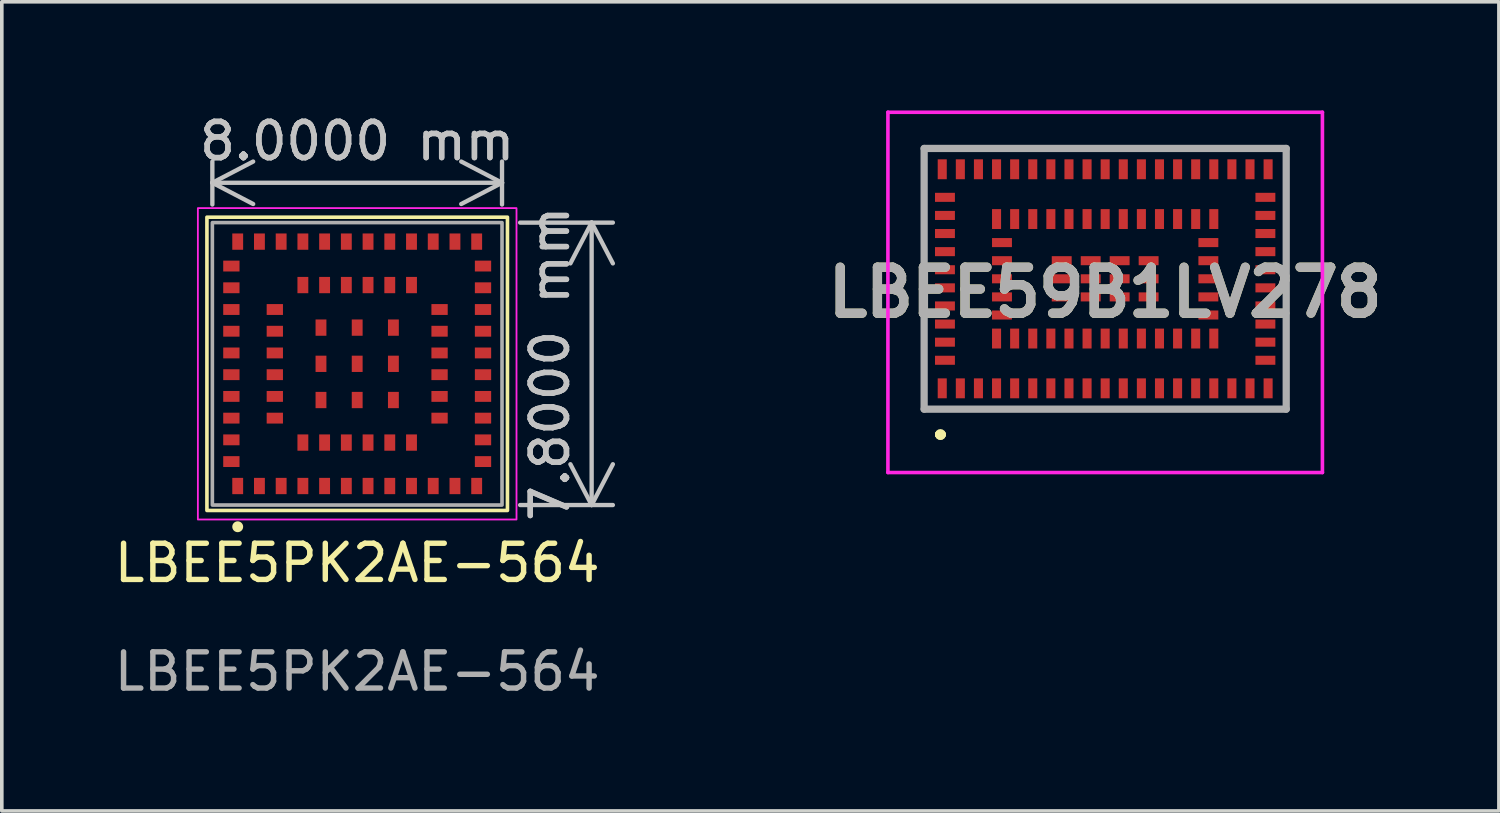
<source format=kicad_pcb>
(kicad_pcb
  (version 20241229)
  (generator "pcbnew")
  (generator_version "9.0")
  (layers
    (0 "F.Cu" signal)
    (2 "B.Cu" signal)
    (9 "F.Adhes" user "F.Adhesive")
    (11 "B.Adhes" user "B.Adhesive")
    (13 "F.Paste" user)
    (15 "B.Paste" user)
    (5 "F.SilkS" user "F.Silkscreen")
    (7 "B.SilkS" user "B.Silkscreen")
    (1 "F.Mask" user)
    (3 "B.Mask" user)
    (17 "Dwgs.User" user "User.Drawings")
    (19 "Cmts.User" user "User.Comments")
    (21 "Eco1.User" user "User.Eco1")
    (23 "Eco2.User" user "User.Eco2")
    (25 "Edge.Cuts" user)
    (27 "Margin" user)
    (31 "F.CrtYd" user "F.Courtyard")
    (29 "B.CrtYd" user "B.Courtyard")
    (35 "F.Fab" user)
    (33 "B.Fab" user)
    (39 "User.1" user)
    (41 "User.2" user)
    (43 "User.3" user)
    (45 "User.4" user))
  (footprint "LBEE5PK2AE-564"
    (layer "F.Cu")
    (at 6.815 6.998)
    (property "Reference" "LBEE5PK2AE-564" (at 0 5.5 0) (unlocked yes) (layer "F.SilkS") (effects (font (size 1 1) (thickness 0.15))))
    (attr smd)
    (fp_rect (start -4.15 -4.05) (end 4.15 4.05) (stroke (width 0.1) (type default)) (fill no) (layer "F.SilkS"))
    (fp_circle (center -3.3 4.5) (end -3.15 4.5) (stroke (width 0) (type solid)) (fill yes) (layer "F.SilkS"))
    (fp_rect (start -4.4 -4.3) (end 4.4 4.3) (stroke (width 0.05) (type default)) (fill no) (layer "F.CrtYd"))
    (fp_rect (start -4 -3.9) (end 4 3.9) (stroke (width 0.1) (type default)) (fill no) (layer "F.Fab"))
    (fp_text user "${REFERENCE}" (at 0 8.5 0) (unlocked yes) (layer "F.Fab") (effects (font (size 1 1) (thickness 0.15))))
    (dimension (type aligned) (layer "Dwgs.User") (pts (xy 10.815 3.098) (xy 10.815 10.898)) (height -2.475) (format (prefix "") (suffix "") (units 3) (units_format 1) (precision 4)) (style (thickness 0.12) (arrow_length 1.27) (text_position_mode 0) (arrow_direction outward) (extension_height 0.586) (extension_offset 0.5) (keep_text_aligned yes)) (gr_text "7.8000 mm" (at 12.14 6.998 90) (layer "Dwgs.User") (effects (font (size 1 1) (thickness 0.15)))))
    (dimension (type aligned) (layer "Dwgs.User") (pts (xy 2.815 3.098) (xy 10.815 3.098)) (height -1.1) (format (prefix "") (suffix "") (units 3) (units_format 1) (precision 4)) (style (thickness 0.12) (arrow_length 1.27) (text_position_mode 0) (arrow_direction outward) (extension_height 0.586) (extension_offset 0.5) (keep_text_aligned yes)) (gr_text "8.0000 mm" (at 6.815 0.848 0) (layer "Dwgs.User") (effects (font (size 1 1) (thickness 0.15)))))
    (pad "1" smd rect (at -3.3 3.375 180) (size 0.3 0.45) (layers "F.Cu" "F.Mask" "F.Paste"))
    (pad "2" smd rect (at -2.7 3.375 180) (size 0.3 0.45) (layers "F.Cu" "F.Mask" "F.Paste"))
    (pad "3" smd rect (at -2.1 3.375 180) (size 0.3 0.45) (layers "F.Cu" "F.Mask" "F.Paste"))
    (pad "4" smd rect (at -1.5 3.375 180) (size 0.3 0.45) (layers "F.Cu" "F.Mask" "F.Paste"))
    (pad "5" smd rect (at -0.9 3.375 180) (size 0.3 0.45) (layers "F.Cu" "F.Mask" "F.Paste"))
    (pad "6" smd rect (at -0.3 3.375 180) (size 0.3 0.45) (layers "F.Cu" "F.Mask" "F.Paste"))
    (pad "7" smd rect (at 0.3 3.375 180) (size 0.3 0.45) (layers "F.Cu" "F.Mask" "F.Paste"))
    (pad "8" smd rect (at 0.9 3.375 180) (size 0.3 0.45) (layers "F.Cu" "F.Mask" "F.Paste"))
    (pad "9" smd rect (at 1.5 3.375 180) (size 0.3 0.45) (layers "F.Cu" "F.Mask" "F.Paste"))
    (pad "10" smd rect (at 2.1 3.375 180) (size 0.3 0.45) (layers "F.Cu" "F.Mask" "F.Paste"))
    (pad "11" smd rect (at 2.7 3.375 180) (size 0.3 0.45) (layers "F.Cu" "F.Mask" "F.Paste"))
    (pad "12" smd rect (at 3.3 3.375 180) (size 0.3 0.45) (layers "F.Cu" "F.Mask" "F.Paste"))
    (pad "13" smd rect (at 3.475 2.7 270) (size 0.3 0.45) (layers "F.Cu" "F.Mask" "F.Paste"))
    (pad "14" smd rect (at 3.475 2.1 270) (size 0.3 0.45) (layers "F.Cu" "F.Mask" "F.Paste"))
    (pad "15" smd rect (at 3.475 1.5 270) (size 0.3 0.45) (layers "F.Cu" "F.Mask" "F.Paste"))
    (pad "16" smd rect (at 3.475 0.9 270) (size 0.3 0.45) (layers "F.Cu" "F.Mask" "F.Paste"))
    (pad "17" smd rect (at 3.475 0.3 270) (size 0.3 0.45) (layers "F.Cu" "F.Mask" "F.Paste"))
    (pad "18" smd rect (at 3.475 -0.3 270) (size 0.3 0.45) (layers "F.Cu" "F.Mask" "F.Paste"))
    (pad "19" smd rect (at 3.475 -0.9 270) (size 0.3 0.45) (layers "F.Cu" "F.Mask" "F.Paste"))
    (pad "20" smd rect (at 3.475 -1.5 270) (size 0.3 0.45) (layers "F.Cu" "F.Mask" "F.Paste"))
    (pad "21" smd rect (at 3.475 -2.1 270) (size 0.3 0.45) (layers "F.Cu" "F.Mask" "F.Paste"))
    (pad "22" smd rect (at 3.475 -2.7 270) (size 0.3 0.45) (layers "F.Cu" "F.Mask" "F.Paste"))
    (pad "23" smd rect (at 3.3 -3.375 180) (size 0.3 0.45) (layers "F.Cu" "F.Mask" "F.Paste"))
    (pad "24" smd rect (at 2.7 -3.375 180) (size 0.3 0.45) (layers "F.Cu" "F.Mask" "F.Paste"))
    (pad "25" smd rect (at 2.1 -3.375 180) (size 0.3 0.45) (layers "F.Cu" "F.Mask" "F.Paste"))
    (pad "26" smd rect (at 1.5 -3.375 180) (size 0.3 0.45) (layers "F.Cu" "F.Mask" "F.Paste"))
    (pad "27" smd rect (at 0.9 -3.375 180) (size 0.3 0.45) (layers "F.Cu" "F.Mask" "F.Paste"))
    (pad "28" smd rect (at 0.3 -3.375 180) (size 0.3 0.45) (layers "F.Cu" "F.Mask" "F.Paste"))
    (pad "29" smd rect (at -0.3 -3.375 180) (size 0.3 0.45) (layers "F.Cu" "F.Mask" "F.Paste"))
    (pad "30" smd rect (at -0.9 -3.375 180) (size 0.3 0.45) (layers "F.Cu" "F.Mask" "F.Paste"))
    (pad "31" smd rect (at -1.5 -3.375 180) (size 0.3 0.45) (layers "F.Cu" "F.Mask" "F.Paste"))
    (pad "32" smd rect (at -2.1 -3.375 180) (size 0.3 0.45) (layers "F.Cu" "F.Mask" "F.Paste"))
    (pad "33" smd rect (at -2.7 -3.375 180) (size 0.3 0.45) (layers "F.Cu" "F.Mask" "F.Paste"))
    (pad "34" smd rect (at -3.3 -3.375 180) (size 0.3 0.45) (layers "F.Cu" "F.Mask" "F.Paste"))
    (pad "35" smd rect (at -3.475 -2.7 270) (size 0.3 0.45) (layers "F.Cu" "F.Mask" "F.Paste"))
    (pad "36" smd rect (at -3.475 -2.1 270) (size 0.3 0.45) (layers "F.Cu" "F.Mask" "F.Paste"))
    (pad "37" smd rect (at -3.475 -1.5 270) (size 0.3 0.45) (layers "F.Cu" "F.Mask" "F.Paste"))
    (pad "38" smd rect (at -3.475 -0.9 270) (size 0.3 0.45) (layers "F.Cu" "F.Mask" "F.Paste"))
    (pad "39" smd rect (at -3.475 -0.3 270) (size 0.3 0.45) (layers "F.Cu" "F.Mask" "F.Paste"))
    (pad "40" smd rect (at -3.475 0.3 270) (size 0.3 0.45) (layers "F.Cu" "F.Mask" "F.Paste"))
    (pad "41" smd rect (at -3.475 0.9 270) (size 0.3 0.45) (layers "F.Cu" "F.Mask" "F.Paste"))
    (pad "42" smd rect (at -3.475 1.5 270) (size 0.3 0.45) (layers "F.Cu" "F.Mask" "F.Paste"))
    (pad "43" smd rect (at -3.475 2.1 270) (size 0.3 0.45) (layers "F.Cu" "F.Mask" "F.Paste"))
    (pad "44" smd rect (at -3.475 2.7 270) (size 0.3 0.45) (layers "F.Cu" "F.Mask" "F.Paste"))
    (pad "45" smd rect (at -1.5 2.175 180) (size 0.3 0.45) (layers "F.Cu" "F.Mask" "F.Paste"))
    (pad "46" smd rect (at -0.9 2.175 180) (size 0.3 0.45) (layers "F.Cu" "F.Mask" "F.Paste"))
    (pad "47" smd rect (at -0.3 2.175 180) (size 0.3 0.45) (layers "F.Cu" "F.Mask" "F.Paste"))
    (pad "48" smd rect (at 0.3 2.175 180) (size 0.3 0.45) (layers "F.Cu" "F.Mask" "F.Paste"))
    (pad "49" smd rect (at 0.9 2.175 180) (size 0.3 0.45) (layers "F.Cu" "F.Mask" "F.Paste"))
    (pad "50" smd rect (at 1.5 2.175 180) (size 0.3 0.45) (layers "F.Cu" "F.Mask" "F.Paste"))
    (pad "51" smd rect (at 2.275 1.5 270) (size 0.3 0.45) (layers "F.Cu" "F.Mask" "F.Paste"))
    (pad "52" smd rect (at 2.275 0.9 270) (size 0.3 0.45) (layers "F.Cu" "F.Mask" "F.Paste"))
    (pad "53" smd rect (at 2.275 0.3 270) (size 0.3 0.45) (layers "F.Cu" "F.Mask" "F.Paste"))
    (pad "54" smd rect (at 2.275 -0.3 270) (size 0.3 0.45) (layers "F.Cu" "F.Mask" "F.Paste"))
    (pad "55" smd rect (at 2.275 -0.9 270) (size 0.3 0.45) (layers "F.Cu" "F.Mask" "F.Paste"))
    (pad "56" smd rect (at 2.275 -1.5 270) (size 0.3 0.45) (layers "F.Cu" "F.Mask" "F.Paste"))
    (pad "57" smd rect (at 1.5 -2.175 180) (size 0.3 0.45) (layers "F.Cu" "F.Mask" "F.Paste"))
    (pad "58" smd rect (at 0.9 -2.175 180) (size 0.3 0.45) (layers "F.Cu" "F.Mask" "F.Paste"))
    (pad "59" smd rect (at 0.3 -2.175 180) (size 0.3 0.45) (layers "F.Cu" "F.Mask" "F.Paste"))
    (pad "60" smd rect (at -0.3 -2.175 180) (size 0.3 0.45) (layers "F.Cu" "F.Mask" "F.Paste"))
    (pad "61" smd rect (at -0.9 -2.175 180) (size 0.3 0.45) (layers "F.Cu" "F.Mask" "F.Paste"))
    (pad "62" smd rect (at -1.5 -2.175 180) (size 0.3 0.45) (layers "F.Cu" "F.Mask" "F.Paste"))
    (pad "63" smd rect (at -2.275 -1.5 270) (size 0.3 0.45) (layers "F.Cu" "F.Mask" "F.Paste"))
    (pad "64" smd rect (at -2.275 -0.9 270) (size 0.3 0.45) (layers "F.Cu" "F.Mask" "F.Paste"))
    (pad "65" smd rect (at -2.275 -0.3 270) (size 0.3 0.45) (layers "F.Cu" "F.Mask" "F.Paste"))
    (pad "66" smd rect (at -2.275 0.3 270) (size 0.3 0.45) (layers "F.Cu" "F.Mask" "F.Paste"))
    (pad "67" smd rect (at -2.275 0.9 270) (size 0.3 0.45) (layers "F.Cu" "F.Mask" "F.Paste"))
    (pad "68" smd rect (at -2.275 1.5 270) (size 0.3 0.45) (layers "F.Cu" "F.Mask" "F.Paste"))
    (pad "69" smd rect (at -1 1 180) (size 0.3 0.45) (layers "F.Cu" "F.Mask" "F.Paste"))
    (pad "70" smd rect (at 0 1 180) (size 0.3 0.45) (layers "F.Cu" "F.Mask" "F.Paste"))
    (pad "71" smd rect (at 1 1 180) (size 0.3 0.45) (layers "F.Cu" "F.Mask" "F.Paste"))
    (pad "72" smd rect (at 1 0 180) (size 0.3 0.45) (layers "F.Cu" "F.Mask" "F.Paste"))
    (pad "73" smd rect (at 1 -1 180) (size 0.3 0.45) (layers "F.Cu" "F.Mask" "F.Paste"))
    (pad "74" smd rect (at 0 -1 180) (size 0.3 0.45) (layers "F.Cu" "F.Mask" "F.Paste"))
    (pad "75" smd rect (at -1 -1 180) (size 0.3 0.45) (layers "F.Cu" "F.Mask" "F.Paste"))
    (pad "76" smd rect (at -1 0 180) (size 0.3 0.45) (layers "F.Cu" "F.Mask" "F.Paste"))
    (pad "77" smd rect (at 0 0 180) (size 0.3 0.45) (layers "F.Cu" "F.Mask" "F.Paste")))
  (footprint "LBEE59B1LV278"
    (layer "F.Cu")
    (at 27.473 4.65)
    (property "Reference" "LBEE59B1LV278" (at 0 0.375 0) (layer "F.SilkS") (effects (font (size 1.27 1.27) (thickness 0.254))))
    (attr smd)
    (fp_line (start -4.6 4.3) (end -4.6 4.3) (stroke (width 0.2) (type solid)) (layer "F.SilkS"))
    (fp_line (start -4.6 4.3) (end -4.6 4.3) (stroke (width 0.2) (type solid)) (layer "F.SilkS"))
    (fp_line (start -4.5 4.3) (end -4.5 4.3) (stroke (width 0.2) (type solid)) (layer "F.SilkS"))
    (fp_arc (start -4.6 4.3) (mid -4.55 4.25) (end -4.5 4.3) (stroke (width 0.2) (type solid)) (layer "F.SilkS"))
    (fp_arc (start -4.5 4.3) (mid -4.55 4.35) (end -4.6 4.3) (stroke (width 0.2) (type solid)) (layer "F.SilkS"))
    (fp_arc (start -4.5 4.3) (mid -4.55 4.35) (end -4.6 4.3) (stroke (width 0.2) (type solid)) (layer "F.SilkS"))
    (fp_line (start -6 -4.6) (end 6 -4.6) (stroke (width 0.1) (type solid)) (layer "F.CrtYd"))
    (fp_line (start -6 5.35) (end -6 -4.6) (stroke (width 0.1) (type solid)) (layer "F.CrtYd"))
    (fp_line (start 6 -4.6) (end 6 5.35) (stroke (width 0.1) (type solid)) (layer "F.CrtYd"))
    (fp_line (start 6 5.35) (end -6 5.35) (stroke (width 0.1) (type solid)) (layer "F.CrtYd"))
    (fp_line (start -5 -3.6) (end -5 3.6) (stroke (width 0.2) (type solid)) (layer "F.Fab"))
    (fp_line (start -5 3.6) (end 5 3.6) (stroke (width 0.2) (type solid)) (layer "F.Fab"))
    (fp_line (start 5 -3.6) (end -5 -3.6) (stroke (width 0.2) (type solid)) (layer "F.Fab"))
    (fp_line (start 5 3.6) (end 5 -3.6) (stroke (width 0.2) (type solid)) (layer "F.Fab"))
    (fp_text user "${REFERENCE}" (at 0 0.375 0) (layer "F.Fab") (effects (font (size 1.27 1.27) (thickness 0.254))))
    (pad "1" smd rect (at -4.5 3.025) (size 0.25 0.55) (layers "F.Cu" "F.Mask" "F.Paste"))
    (pad "2" smd rect (at -4 3.025) (size 0.25 0.55) (layers "F.Cu" "F.Mask" "F.Paste"))
    (pad "3" smd rect (at -3.5 3.025) (size 0.25 0.55) (layers "F.Cu" "F.Mask" "F.Paste"))
    (pad "4" smd rect (at -3 3.025) (size 0.25 0.55) (layers "F.Cu" "F.Mask" "F.Paste"))
    (pad "5" smd rect (at -2.5 3.025) (size 0.25 0.55) (layers "F.Cu" "F.Mask" "F.Paste"))
    (pad "6" smd rect (at -2 3.025) (size 0.25 0.55) (layers "F.Cu" "F.Mask" "F.Paste"))
    (pad "7" smd rect (at -1.5 3.025) (size 0.25 0.55) (layers "F.Cu" "F.Mask" "F.Paste"))
    (pad "8" smd rect (at -1 3.025) (size 0.25 0.55) (layers "F.Cu" "F.Mask" "F.Paste"))
    (pad "9" smd rect (at -0.5 3.025) (size 0.25 0.55) (layers "F.Cu" "F.Mask" "F.Paste"))
    (pad "10" smd rect (at 0 3.025) (size 0.25 0.55) (layers "F.Cu" "F.Mask" "F.Paste"))
    (pad "11" smd rect (at 0.5 3.025) (size 0.25 0.55) (layers "F.Cu" "F.Mask" "F.Paste"))
    (pad "12" smd rect (at 1 3.025) (size 0.25 0.55) (layers "F.Cu" "F.Mask" "F.Paste"))
    (pad "13" smd rect (at 1.5 3.025) (size 0.25 0.55) (layers "F.Cu" "F.Mask" "F.Paste"))
    (pad "14" smd rect (at 2 3.025) (size 0.25 0.55) (layers "F.Cu" "F.Mask" "F.Paste"))
    (pad "15" smd rect (at 2.5 3.025) (size 0.25 0.55) (layers "F.Cu" "F.Mask" "F.Paste"))
    (pad "16" smd rect (at 3 3.025) (size 0.25 0.55) (layers "F.Cu" "F.Mask" "F.Paste"))
    (pad "17" smd rect (at 3.5 3.025) (size 0.25 0.55) (layers "F.Cu" "F.Mask" "F.Paste"))
    (pad "18" smd rect (at 4 3.025) (size 0.25 0.55) (layers "F.Cu" "F.Mask" "F.Paste"))
    (pad "19" smd rect (at 4.5 3.025) (size 0.25 0.55) (layers "F.Cu" "F.Mask" "F.Paste"))
    (pad "20" smd rect (at 4.425 2.25 90) (size 0.25 0.55) (layers "F.Cu" "F.Mask" "F.Paste"))
    (pad "21" smd rect (at 4.425 1.75 90) (size 0.25 0.55) (layers "F.Cu" "F.Mask" "F.Paste"))
    (pad "22" smd rect (at 4.425 1.25 90) (size 0.25 0.55) (layers "F.Cu" "F.Mask" "F.Paste"))
    (pad "23" smd rect (at 4.425 0.75 90) (size 0.25 0.55) (layers "F.Cu" "F.Mask" "F.Paste"))
    (pad "24" smd rect (at 4.425 0.25 90) (size 0.25 0.55) (layers "F.Cu" "F.Mask" "F.Paste"))
    (pad "25" smd rect (at 4.425 -0.25 90) (size 0.25 0.55) (layers "F.Cu" "F.Mask" "F.Paste"))
    (pad "26" smd rect (at 4.425 -0.75 90) (size 0.25 0.55) (layers "F.Cu" "F.Mask" "F.Paste"))
    (pad "27" smd rect (at 4.425 -1.25 90) (size 0.25 0.55) (layers "F.Cu" "F.Mask" "F.Paste"))
    (pad "28" smd rect (at 4.425 -1.75 90) (size 0.25 0.55) (layers "F.Cu" "F.Mask" "F.Paste"))
    (pad "29" smd rect (at 4.425 -2.25 90) (size 0.25 0.55) (layers "F.Cu" "F.Mask" "F.Paste"))
    (pad "30" smd rect (at 4.5 -3.025) (size 0.25 0.55) (layers "F.Cu" "F.Mask" "F.Paste"))
    (pad "31" smd rect (at 4 -3.025) (size 0.25 0.55) (layers "F.Cu" "F.Mask" "F.Paste"))
    (pad "32" smd rect (at 3.5 -3.025) (size 0.25 0.55) (layers "F.Cu" "F.Mask" "F.Paste"))
    (pad "33" smd rect (at 3 -3.025) (size 0.25 0.55) (layers "F.Cu" "F.Mask" "F.Paste"))
    (pad "34" smd rect (at 2.5 -3.025) (size 0.25 0.55) (layers "F.Cu" "F.Mask" "F.Paste"))
    (pad "35" smd rect (at 2 -3.025) (size 0.25 0.55) (layers "F.Cu" "F.Mask" "F.Paste"))
    (pad "36" smd rect (at 1.5 -3.025) (size 0.25 0.55) (layers "F.Cu" "F.Mask" "F.Paste"))
    (pad "37" smd rect (at 1 -3.025) (size 0.25 0.55) (layers "F.Cu" "F.Mask" "F.Paste"))
    (pad "38" smd rect (at 0.5 -3.025) (size 0.25 0.55) (layers "F.Cu" "F.Mask" "F.Paste"))
    (pad "39" smd rect (at 0 -3.025) (size 0.25 0.55) (layers "F.Cu" "F.Mask" "F.Paste"))
    (pad "40" smd rect (at -0.5 -3.025) (size 0.25 0.55) (layers "F.Cu" "F.Mask" "F.Paste"))
    (pad "41" smd rect (at -1 -3.025) (size 0.25 0.55) (layers "F.Cu" "F.Mask" "F.Paste"))
    (pad "42" smd rect (at -1.5 -3.025) (size 0.25 0.55) (layers "F.Cu" "F.Mask" "F.Paste"))
    (pad "43" smd rect (at -2 -3.025) (size 0.25 0.55) (layers "F.Cu" "F.Mask" "F.Paste"))
    (pad "44" smd rect (at -2.5 -3.025) (size 0.25 0.55) (layers "F.Cu" "F.Mask" "F.Paste"))
    (pad "45" smd rect (at -3 -3.025) (size 0.25 0.55) (layers "F.Cu" "F.Mask" "F.Paste"))
    (pad "46" smd rect (at -3.5 -3.025) (size 0.25 0.55) (layers "F.Cu" "F.Mask" "F.Paste"))
    (pad "47" smd rect (at -4 -3.025) (size 0.25 0.55) (layers "F.Cu" "F.Mask" "F.Paste"))
    (pad "48" smd rect (at -4.5 -3.025) (size 0.25 0.55) (layers "F.Cu" "F.Mask" "F.Paste"))
    (pad "49" smd rect (at -4.425 -2.25 90) (size 0.25 0.55) (layers "F.Cu" "F.Mask" "F.Paste"))
    (pad "50" smd rect (at -4.425 -1.75 90) (size 0.25 0.55) (layers "F.Cu" "F.Mask" "F.Paste"))
    (pad "51" smd rect (at -4.425 -1.25 90) (size 0.25 0.55) (layers "F.Cu" "F.Mask" "F.Paste"))
    (pad "52" smd rect (at -4.425 -0.75 90) (size 0.25 0.55) (layers "F.Cu" "F.Mask" "F.Paste"))
    (pad "53" smd rect (at -4.425 -0.25 90) (size 0.25 0.55) (layers "F.Cu" "F.Mask" "F.Paste"))
    (pad "54" smd rect (at -4.425 0.25 90) (size 0.25 0.55) (layers "F.Cu" "F.Mask" "F.Paste"))
    (pad "55" smd rect (at -4.425 0.75 90) (size 0.25 0.55) (layers "F.Cu" "F.Mask" "F.Paste"))
    (pad "56" smd rect (at -4.425 1.25 90) (size 0.25 0.55) (layers "F.Cu" "F.Mask" "F.Paste"))
    (pad "57" smd rect (at -4.425 1.75 90) (size 0.25 0.55) (layers "F.Cu" "F.Mask" "F.Paste"))
    (pad "58" smd rect (at -4.425 2.25 90) (size 0.25 0.55) (layers "F.Cu" "F.Mask" "F.Paste"))
    (pad "59" smd rect (at -3 1.65) (size 0.25 0.55) (layers "F.Cu" "F.Mask" "F.Paste"))
    (pad "60" smd rect (at -2.5 1.65) (size 0.25 0.55) (layers "F.Cu" "F.Mask" "F.Paste"))
    (pad "61" smd rect (at -2 1.65) (size 0.25 0.55) (layers "F.Cu" "F.Mask" "F.Paste"))
    (pad "62" smd rect (at -1.5 1.65) (size 0.25 0.55) (layers "F.Cu" "F.Mask" "F.Paste"))
    (pad "63" smd rect (at -1 1.65) (size 0.25 0.55) (layers "F.Cu" "F.Mask" "F.Paste"))
    (pad "64" smd rect (at -0.5 1.65) (size 0.25 0.55) (layers "F.Cu" "F.Mask" "F.Paste"))
    (pad "65" smd rect (at 0 1.65) (size 0.25 0.55) (layers "F.Cu" "F.Mask" "F.Paste"))
    (pad "66" smd rect (at 0.5 1.65) (size 0.25 0.55) (layers "F.Cu" "F.Mask" "F.Paste"))
    (pad "67" smd rect (at 1 1.65) (size 0.25 0.55) (layers "F.Cu" "F.Mask" "F.Paste"))
    (pad "68" smd rect (at 1.5 1.65) (size 0.25 0.55) (layers "F.Cu" "F.Mask" "F.Paste"))
    (pad "69" smd rect (at 2 1.65) (size 0.25 0.55) (layers "F.Cu" "F.Mask" "F.Paste"))
    (pad "70" smd rect (at 2.5 1.65) (size 0.25 0.55) (layers "F.Cu" "F.Mask" "F.Paste"))
    (pad "71" smd rect (at 3 1.65) (size 0.25 0.55) (layers "F.Cu" "F.Mask" "F.Paste"))
    (pad "72" smd rect (at 2.85 1 90) (size 0.25 0.55) (layers "F.Cu" "F.Mask" "F.Paste"))
    (pad "73" smd rect (at 2.85 0.5 90) (size 0.25 0.55) (layers "F.Cu" "F.Mask" "F.Paste"))
    (pad "74" smd rect (at 2.85 0 90) (size 0.25 0.55) (layers "F.Cu" "F.Mask" "F.Paste"))
    (pad "75" smd rect (at 2.85 -0.5 90) (size 0.25 0.55) (layers "F.Cu" "F.Mask" "F.Paste"))
    (pad "76" smd rect (at 2.85 -1 90) (size 0.25 0.55) (layers "F.Cu" "F.Mask" "F.Paste"))
    (pad "77" smd rect (at 3 -1.65) (size 0.25 0.55) (layers "F.Cu" "F.Mask" "F.Paste"))
    (pad "78" smd rect (at 2.5 -1.65) (size 0.25 0.55) (layers "F.Cu" "F.Mask" "F.Paste"))
    (pad "79" smd rect (at 2 -1.65) (size 0.25 0.55) (layers "F.Cu" "F.Mask" "F.Paste"))
    (pad "80" smd rect (at 1.5 -1.65) (size 0.25 0.55) (layers "F.Cu" "F.Mask" "F.Paste"))
    (pad "81" smd rect (at 1 -1.65) (size 0.25 0.55) (layers "F.Cu" "F.Mask" "F.Paste"))
    (pad "82" smd rect (at 0.5 -1.65) (size 0.25 0.55) (layers "F.Cu" "F.Mask" "F.Paste"))
    (pad "83" smd rect (at 0 -1.65) (size 0.25 0.55) (layers "F.Cu" "F.Mask" "F.Paste"))
    (pad "84" smd rect (at -0.5 -1.65) (size 0.25 0.55) (layers "F.Cu" "F.Mask" "F.Paste"))
    (pad "85" smd rect (at -1 -1.65) (size 0.25 0.55) (layers "F.Cu" "F.Mask" "F.Paste"))
    (pad "86" smd rect (at -1.5 -1.65) (size 0.25 0.55) (layers "F.Cu" "F.Mask" "F.Paste"))
    (pad "87" smd rect (at -2 -1.65) (size 0.25 0.55) (layers "F.Cu" "F.Mask" "F.Paste"))
    (pad "88" smd rect (at -2.5 -1.65) (size 0.25 0.55) (layers "F.Cu" "F.Mask" "F.Paste"))
    (pad "89" smd rect (at -3 -1.65) (size 0.25 0.55) (layers "F.Cu" "F.Mask" "F.Paste"))
    (pad "90" smd rect (at -2.85 -1 90) (size 0.25 0.55) (layers "F.Cu" "F.Mask" "F.Paste"))
    (pad "91" smd rect (at -2.85 -0.5 90) (size 0.25 0.55) (layers "F.Cu" "F.Mask" "F.Paste"))
    (pad "92" smd rect (at -2.85 0 90) (size 0.25 0.55) (layers "F.Cu" "F.Mask" "F.Paste"))
    (pad "93" smd rect (at -2.85 0.5 90) (size 0.25 0.55) (layers "F.Cu" "F.Mask" "F.Paste"))
    (pad "94" smd rect (at -2.85 1 90) (size 0.25 0.55) (layers "F.Cu" "F.Mask" "F.Paste"))
    (pad "95" smd rect (at -1.2 0.5 90) (size 0.25 0.55) (layers "F.Cu" "F.Mask" "F.Paste"))
    (pad "96" smd rect (at -0.4 0.5 90) (size 0.25 0.55) (layers "F.Cu" "F.Mask" "F.Paste"))
    (pad "97" smd rect (at 0.4 0.5 90) (size 0.25 0.55) (layers "F.Cu" "F.Mask" "F.Paste"))
    (pad "98" smd rect (at 1.2 0.5 90) (size 0.25 0.55) (layers "F.Cu" "F.Mask" "F.Paste"))
    (pad "99" smd rect (at -1.2 0 90) (size 0.25 0.55) (layers "F.Cu" "F.Mask" "F.Paste"))
    (pad "100" smd rect (at -0.4 0 90) (size 0.25 0.55) (layers "F.Cu" "F.Mask" "F.Paste"))
    (pad "101" smd rect (at 0.4 0 90) (size 0.25 0.55) (layers "F.Cu" "F.Mask" "F.Paste"))
    (pad "102" smd rect (at 1.2 0 90) (size 0.25 0.55) (layers "F.Cu" "F.Mask" "F.Paste"))
    (pad "103" smd rect (at -1.2 -0.5 90) (size 0.25 0.55) (layers "F.Cu" "F.Mask" "F.Paste"))
    (pad "104" smd rect (at -0.4 -0.5 90) (size 0.25 0.55) (layers "F.Cu" "F.Mask" "F.Paste"))
    (pad "105" smd rect (at 0.4 -0.5 90) (size 0.25 0.55) (layers "F.Cu" "F.Mask" "F.Paste"))
    (pad "106" smd rect (at 1.2 -0.5 90) (size 0.25 0.55) (layers "F.Cu" "F.Mask" "F.Paste")))
  (gr_rect
    (start -3 -3)
    (end 38.347 19.346)
    (stroke (width 0.1) (type default))
    (fill no)
    (layer "Edge.Cuts")))
</source>
